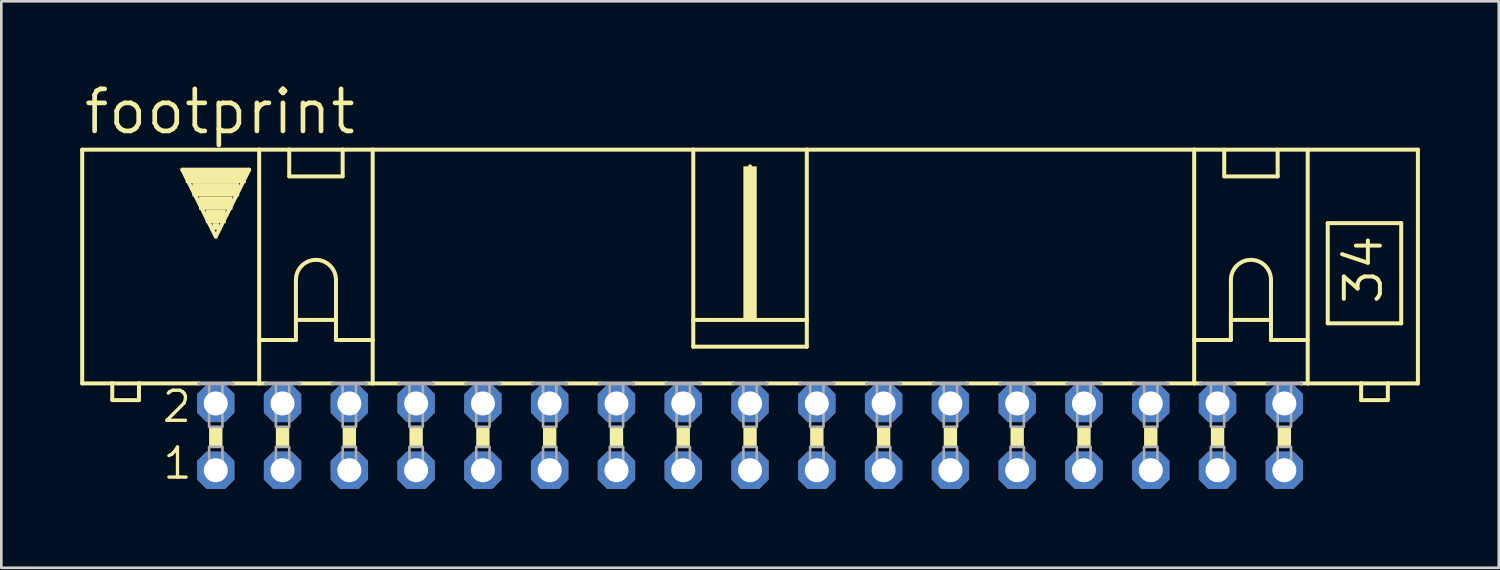
<source format=kicad_pcb>
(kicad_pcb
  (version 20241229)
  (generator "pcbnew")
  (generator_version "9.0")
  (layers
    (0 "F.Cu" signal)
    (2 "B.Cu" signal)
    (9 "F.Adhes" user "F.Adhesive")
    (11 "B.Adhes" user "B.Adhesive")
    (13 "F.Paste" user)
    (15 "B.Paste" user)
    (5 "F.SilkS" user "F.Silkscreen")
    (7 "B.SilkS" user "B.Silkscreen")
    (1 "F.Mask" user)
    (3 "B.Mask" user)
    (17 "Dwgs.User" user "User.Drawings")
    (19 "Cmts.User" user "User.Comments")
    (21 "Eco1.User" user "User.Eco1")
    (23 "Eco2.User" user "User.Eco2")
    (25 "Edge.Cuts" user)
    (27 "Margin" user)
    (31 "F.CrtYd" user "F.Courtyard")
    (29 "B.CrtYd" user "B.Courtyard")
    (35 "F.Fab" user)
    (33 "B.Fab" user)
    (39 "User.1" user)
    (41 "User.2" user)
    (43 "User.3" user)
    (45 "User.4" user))
  (footprint "footprint"
    (layer "F.Cu")
    (at 25.476 13.564)
    (property "Reference" "footprint" (at -25.425 -11.43 0) (layer "F.SilkS") (effects (font (size 1.6 1.6) (thickness 0.178)) (justify left bottom)))
    (fp_line (start -25.4 -2.032) (end -25.4 -10.922) (stroke (width 0.152) (type solid)) (layer "F.SilkS"))
    (fp_line (start -25.4 -2.032) (end -24.257 -2.032) (stroke (width 0.152) (type solid)) (layer "F.SilkS"))
    (fp_line (start -24.257 -2.032) (end -24.257 -1.397) (stroke (width 0.152) (type solid)) (layer "F.SilkS"))
    (fp_line (start -24.257 -2.032) (end -23.241 -2.032) (stroke (width 0.152) (type solid)) (layer "F.SilkS"))
    (fp_line (start -23.241 -2.032) (end -20.955 -2.032) (stroke (width 0.152) (type solid)) (layer "F.SilkS"))
    (fp_line (start -23.241 -1.397) (end -24.257 -1.397) (stroke (width 0.152) (type solid)) (layer "F.SilkS"))
    (fp_line (start -23.241 -1.397) (end -23.241 -2.032) (stroke (width 0.152) (type solid)) (layer "F.SilkS"))
    (fp_line (start -21.59 -10.16) (end -19.05 -10.16) (stroke (width 0.152) (type solid)) (layer "F.SilkS"))
    (fp_line (start -20.32 -7.62) (end -21.59 -10.16) (stroke (width 0.152) (type solid)) (layer "F.SilkS"))
    (fp_line (start -19.685 -2.032) (end -18.669 -2.032) (stroke (width 0.152) (type solid)) (layer "F.SilkS"))
    (fp_line (start -19.05 -10.16) (end -20.32 -7.62) (stroke (width 0.152) (type solid)) (layer "F.SilkS"))
    (fp_line (start -18.669 -10.922) (end -25.4 -10.922) (stroke (width 0.152) (type solid)) (layer "F.SilkS"))
    (fp_line (start -18.669 -10.922) (end -17.526 -10.922) (stroke (width 0.152) (type solid)) (layer "F.SilkS"))
    (fp_line (start -18.669 -3.683) (end -18.669 -10.922) (stroke (width 0.152) (type solid)) (layer "F.SilkS"))
    (fp_line (start -18.669 -3.683) (end -18.669 -2.032) (stroke (width 0.152) (type solid)) (layer "F.SilkS"))
    (fp_line (start -18.669 -3.683) (end -17.272 -3.683) (stroke (width 0.152) (type solid)) (layer "F.SilkS"))
    (fp_line (start -18.669 -2.032) (end -18.415 -2.032) (stroke (width 0.152) (type solid)) (layer "F.SilkS"))
    (fp_line (start -17.526 -10.922) (end -15.494 -10.922) (stroke (width 0.152) (type solid)) (layer "F.SilkS"))
    (fp_line (start -17.526 -9.906) (end -17.526 -10.922) (stroke (width 0.152) (type solid)) (layer "F.SilkS"))
    (fp_line (start -17.526 -9.906) (end -15.494 -9.906) (stroke (width 0.152) (type solid)) (layer "F.SilkS"))
    (fp_line (start -17.272 -5.969) (end -17.272 -4.445) (stroke (width 0.152) (type solid)) (layer "F.SilkS"))
    (fp_line (start -17.272 -4.445) (end -17.272 -3.683) (stroke (width 0.152) (type solid)) (layer "F.SilkS"))
    (fp_line (start -17.272 -4.445) (end -15.748 -4.445) (stroke (width 0.152) (type solid)) (layer "F.SilkS"))
    (fp_line (start -17.145 -2.032) (end -15.875 -2.032) (stroke (width 0.152) (type solid)) (layer "F.SilkS"))
    (fp_line (start -15.748 -5.969) (end -15.748 -4.445) (stroke (width 0.152) (type solid)) (layer "F.SilkS"))
    (fp_line (start -15.748 -4.445) (end -15.748 -3.683) (stroke (width 0.152) (type solid)) (layer "F.SilkS"))
    (fp_line (start -15.748 -3.683) (end -14.351 -3.683) (stroke (width 0.152) (type solid)) (layer "F.SilkS"))
    (fp_line (start -15.494 -10.922) (end -15.494 -9.906) (stroke (width 0.152) (type solid)) (layer "F.SilkS"))
    (fp_line (start -15.494 -10.922) (end -14.351 -10.922) (stroke (width 0.152) (type solid)) (layer "F.SilkS"))
    (fp_line (start -14.351 -10.922) (end -2.159 -10.922) (stroke (width 0.152) (type solid)) (layer "F.SilkS"))
    (fp_line (start -14.351 -3.683) (end -14.351 -10.922) (stroke (width 0.152) (type solid)) (layer "F.SilkS"))
    (fp_line (start -14.351 -3.683) (end -14.351 -2.032) (stroke (width 0.152) (type solid)) (layer "F.SilkS"))
    (fp_line (start -14.351 -2.032) (end -14.605 -2.032) (stroke (width 0.152) (type solid)) (layer "F.SilkS"))
    (fp_line (start -14.351 -2.032) (end -13.335 -2.032) (stroke (width 0.152) (type solid)) (layer "F.SilkS"))
    (fp_line (start -12.065 -2.032) (end -10.795 -2.032) (stroke (width 0.152) (type solid)) (layer "F.SilkS"))
    (fp_line (start -9.525 -2.032) (end -8.255 -2.032) (stroke (width 0.152) (type solid)) (layer "F.SilkS"))
    (fp_line (start -6.985 -2.032) (end -5.715 -2.032) (stroke (width 0.152) (type solid)) (layer "F.SilkS"))
    (fp_line (start -4.445 -2.032) (end -3.175 -2.032) (stroke (width 0.152) (type solid)) (layer "F.SilkS"))
    (fp_line (start -2.159 -10.922) (end -2.159 -4.445) (stroke (width 0.152) (type solid)) (layer "F.SilkS"))
    (fp_line (start -2.159 -10.922) (end 2.159 -10.922) (stroke (width 0.152) (type solid)) (layer "F.SilkS"))
    (fp_line (start -2.159 -4.445) (end -2.159 -3.429) (stroke (width 0.152) (type solid)) (layer "F.SilkS"))
    (fp_line (start -1.905 -2.032) (end -0.635 -2.032) (stroke (width 0.152) (type solid)) (layer "F.SilkS"))
    (fp_line (start 0 -10.033) (end 0 -10.287) (stroke (width 0.152) (type solid)) (layer "F.SilkS"))
    (fp_line (start 0.635 -2.032) (end 1.905 -2.032) (stroke (width 0.152) (type solid)) (layer "F.SilkS"))
    (fp_line (start 2.159 -10.922) (end 2.159 -4.445) (stroke (width 0.152) (type solid)) (layer "F.SilkS"))
    (fp_line (start 2.159 -10.922) (end 16.891 -10.922) (stroke (width 0.152) (type solid)) (layer "F.SilkS"))
    (fp_line (start 2.159 -4.445) (end -2.159 -4.445) (stroke (width 0.152) (type solid)) (layer "F.SilkS"))
    (fp_line (start 2.159 -4.445) (end 2.159 -3.429) (stroke (width 0.152) (type solid)) (layer "F.SilkS"))
    (fp_line (start 2.159 -3.429) (end -2.159 -3.429) (stroke (width 0.152) (type solid)) (layer "F.SilkS"))
    (fp_line (start 3.175 -2.032) (end 4.445 -2.032) (stroke (width 0.152) (type solid)) (layer "F.SilkS"))
    (fp_line (start 5.715 -2.032) (end 6.985 -2.032) (stroke (width 0.152) (type solid)) (layer "F.SilkS"))
    (fp_line (start 8.255 -2.032) (end 9.525 -2.032) (stroke (width 0.152) (type solid)) (layer "F.SilkS"))
    (fp_line (start 10.795 -2.032) (end 12.065 -2.032) (stroke (width 0.152) (type solid)) (layer "F.SilkS"))
    (fp_line (start 13.335 -2.032) (end 14.605 -2.032) (stroke (width 0.152) (type solid)) (layer "F.SilkS"))
    (fp_line (start 15.875 -2.032) (end 16.891 -2.032) (stroke (width 0.152) (type solid)) (layer "F.SilkS"))
    (fp_line (start 16.891 -10.922) (end 25.4 -10.922) (stroke (width 0.152) (type solid)) (layer "F.SilkS"))
    (fp_line (start 16.891 -3.683) (end 16.891 -10.922) (stroke (width 0.152) (type solid)) (layer "F.SilkS"))
    (fp_line (start 16.891 -3.683) (end 16.891 -2.032) (stroke (width 0.152) (type solid)) (layer "F.SilkS"))
    (fp_line (start 16.891 -3.683) (end 18.288 -3.683) (stroke (width 0.152) (type solid)) (layer "F.SilkS"))
    (fp_line (start 16.891 -2.032) (end 17.145 -2.032) (stroke (width 0.152) (type solid)) (layer "F.SilkS"))
    (fp_line (start 18.034 -9.906) (end 18.034 -10.922) (stroke (width 0.152) (type solid)) (layer "F.SilkS"))
    (fp_line (start 18.034 -9.906) (end 20.066 -9.906) (stroke (width 0.152) (type solid)) (layer "F.SilkS"))
    (fp_line (start 18.288 -5.969) (end 18.288 -4.445) (stroke (width 0.152) (type solid)) (layer "F.SilkS"))
    (fp_line (start 18.288 -4.445) (end 18.288 -3.683) (stroke (width 0.152) (type solid)) (layer "F.SilkS"))
    (fp_line (start 18.288 -4.445) (end 19.812 -4.445) (stroke (width 0.152) (type solid)) (layer "F.SilkS"))
    (fp_line (start 18.415 -2.032) (end 19.685 -2.032) (stroke (width 0.152) (type solid)) (layer "F.SilkS"))
    (fp_line (start 19.812 -5.969) (end 19.812 -4.445) (stroke (width 0.152) (type solid)) (layer "F.SilkS"))
    (fp_line (start 19.812 -4.445) (end 19.812 -3.683) (stroke (width 0.152) (type solid)) (layer "F.SilkS"))
    (fp_line (start 19.812 -3.683) (end 21.209 -3.683) (stroke (width 0.152) (type solid)) (layer "F.SilkS"))
    (fp_line (start 20.066 -10.922) (end 20.066 -9.906) (stroke (width 0.152) (type solid)) (layer "F.SilkS"))
    (fp_line (start 21.209 -3.683) (end 21.209 -10.922) (stroke (width 0.152) (type solid)) (layer "F.SilkS"))
    (fp_line (start 21.209 -3.683) (end 21.209 -2.032) (stroke (width 0.152) (type solid)) (layer "F.SilkS"))
    (fp_line (start 21.209 -2.032) (end 20.955 -2.032) (stroke (width 0.152) (type solid)) (layer "F.SilkS"))
    (fp_line (start 21.971 -8.128) (end 21.971 -4.318) (stroke (width 0.152) (type solid)) (layer "F.SilkS"))
    (fp_line (start 21.971 -8.128) (end 24.765 -8.128) (stroke (width 0.152) (type solid)) (layer "F.SilkS"))
    (fp_line (start 21.971 -4.318) (end 24.765 -4.318) (stroke (width 0.152) (type solid)) (layer "F.SilkS"))
    (fp_line (start 23.241 -2.032) (end 21.209 -2.032) (stroke (width 0.152) (type solid)) (layer "F.SilkS"))
    (fp_line (start 23.241 -2.032) (end 23.241 -1.397) (stroke (width 0.152) (type solid)) (layer "F.SilkS"))
    (fp_line (start 24.257 -2.032) (end 23.241 -2.032) (stroke (width 0.152) (type solid)) (layer "F.SilkS"))
    (fp_line (start 24.257 -1.397) (end 23.241 -1.397) (stroke (width 0.152) (type solid)) (layer "F.SilkS"))
    (fp_line (start 24.257 -1.397) (end 24.257 -2.032) (stroke (width 0.152) (type solid)) (layer "F.SilkS"))
    (fp_line (start 24.765 -4.318) (end 24.765 -8.128) (stroke (width 0.152) (type solid)) (layer "F.SilkS"))
    (fp_line (start 25.4 -2.032) (end 24.257 -2.032) (stroke (width 0.152) (type solid)) (layer "F.SilkS"))
    (fp_line (start 25.4 -2.032) (end 25.4 -10.922) (stroke (width 0.152) (type solid)) (layer "F.SilkS"))
    (fp_arc (start -17.272 -5.969) (mid -16.51 -6.731) (end -15.748 -5.969) (stroke (width 0.1524) (type solid)) (layer "F.SilkS"))
    (fp_arc (start 18.288 -5.969) (mid 19.05 -6.731) (end 19.812 -5.969) (stroke (width 0.1524) (type solid)) (layer "F.SilkS"))
    (fp_poly (pts (xy -21.463 -9.652) (xy -19.177 -9.652) (xy -19.177 -10.16) (xy -21.463 -10.16)) (stroke (width 0) (type solid)) (fill yes) (layer "F.SilkS"))
    (fp_poly (pts (xy -21.209 -9.144) (xy -19.431 -9.144) (xy -19.431 -9.652) (xy -21.209 -9.652)) (stroke (width 0) (type solid)) (fill yes) (layer "F.SilkS"))
    (fp_poly (pts (xy -20.955 -8.636) (xy -19.685 -8.636) (xy -19.685 -9.144) (xy -20.955 -9.144)) (stroke (width 0) (type solid)) (fill yes) (layer "F.SilkS"))
    (fp_poly (pts (xy -20.701 -8.128) (xy -19.939 -8.128) (xy -19.939 -8.636) (xy -20.701 -8.636)) (stroke (width 0) (type solid)) (fill yes) (layer "F.SilkS"))
    (fp_poly (pts (xy -20.574 0.381) (xy -20.066 0.381) (xy -20.066 -0.381) (xy -20.574 -0.381)) (stroke (width 0) (type solid)) (fill yes) (layer "F.SilkS"))
    (fp_poly (pts (xy -20.447 -7.874) (xy -20.193 -7.874) (xy -20.193 -8.128) (xy -20.447 -8.128)) (stroke (width 0) (type solid)) (fill yes) (layer "F.SilkS"))
    (fp_poly (pts (xy -18.034 0.381) (xy -17.526 0.381) (xy -17.526 -0.381) (xy -18.034 -0.381)) (stroke (width 0) (type solid)) (fill yes) (layer "F.SilkS"))
    (fp_poly (pts (xy -15.494 0.381) (xy -14.986 0.381) (xy -14.986 -0.381) (xy -15.494 -0.381)) (stroke (width 0) (type solid)) (fill yes) (layer "F.SilkS"))
    (fp_poly (pts (xy -12.954 0.381) (xy -12.446 0.381) (xy -12.446 -0.381) (xy -12.954 -0.381)) (stroke (width 0) (type solid)) (fill yes) (layer "F.SilkS"))
    (fp_poly (pts (xy -10.414 0.381) (xy -9.906 0.381) (xy -9.906 -0.381) (xy -10.414 -0.381)) (stroke (width 0) (type solid)) (fill yes) (layer "F.SilkS"))
    (fp_poly (pts (xy -7.874 0.381) (xy -7.366 0.381) (xy -7.366 -0.381) (xy -7.874 -0.381)) (stroke (width 0) (type solid)) (fill yes) (layer "F.SilkS"))
    (fp_poly (pts (xy -5.334 0.381) (xy -4.826 0.381) (xy -4.826 -0.381) (xy -5.334 -0.381)) (stroke (width 0) (type solid)) (fill yes) (layer "F.SilkS"))
    (fp_poly (pts (xy -2.794 0.381) (xy -2.286 0.381) (xy -2.286 -0.381) (xy -2.794 -0.381)) (stroke (width 0) (type solid)) (fill yes) (layer "F.SilkS"))
    (fp_poly (pts (xy -0.254 -4.445) (xy 0.254 -4.445) (xy 0.254 -10.287) (xy -0.254 -10.287)) (stroke (width 0) (type solid)) (fill yes) (layer "F.SilkS"))
    (fp_poly (pts (xy -0.254 0.381) (xy 0.254 0.381) (xy 0.254 -0.381) (xy -0.254 -0.381)) (stroke (width 0) (type solid)) (fill yes) (layer "F.SilkS"))
    (fp_poly (pts (xy 2.286 0.381) (xy 2.794 0.381) (xy 2.794 -0.381) (xy 2.286 -0.381)) (stroke (width 0) (type solid)) (fill yes) (layer "F.SilkS"))
    (fp_poly (pts (xy 4.826 0.381) (xy 5.334 0.381) (xy 5.334 -0.381) (xy 4.826 -0.381)) (stroke (width 0) (type solid)) (fill yes) (layer "F.SilkS"))
    (fp_poly (pts (xy 7.366 0.381) (xy 7.874 0.381) (xy 7.874 -0.381) (xy 7.366 -0.381)) (stroke (width 0) (type solid)) (fill yes) (layer "F.SilkS"))
    (fp_poly (pts (xy 9.906 0.381) (xy 10.414 0.381) (xy 10.414 -0.381) (xy 9.906 -0.381)) (stroke (width 0) (type solid)) (fill yes) (layer "F.SilkS"))
    (fp_poly (pts (xy 12.446 0.381) (xy 12.954 0.381) (xy 12.954 -0.381) (xy 12.446 -0.381)) (stroke (width 0) (type solid)) (fill yes) (layer "F.SilkS"))
    (fp_poly (pts (xy 14.986 0.381) (xy 15.494 0.381) (xy 15.494 -0.381) (xy 14.986 -0.381)) (stroke (width 0) (type solid)) (fill yes) (layer "F.SilkS"))
    (fp_poly (pts (xy 17.526 0.381) (xy 18.034 0.381) (xy 18.034 -0.381) (xy 17.526 -0.381)) (stroke (width 0) (type solid)) (fill yes) (layer "F.SilkS"))
    (fp_poly (pts (xy 20.066 0.381) (xy 20.574 0.381) (xy 20.574 -0.381) (xy 20.066 -0.381)) (stroke (width 0) (type solid)) (fill yes) (layer "F.SilkS"))
    (fp_line (start -20.955 -2.032) (end -19.685 -2.032) (stroke (width 0.152) (type solid)) (layer "F.Fab"))
    (fp_line (start -18.415 -2.032) (end -17.145 -2.032) (stroke (width 0.152) (type solid)) (layer "F.Fab"))
    (fp_line (start -15.875 -2.032) (end -14.605 -2.032) (stroke (width 0.152) (type solid)) (layer "F.Fab"))
    (fp_line (start -13.335 -2.032) (end -12.065 -2.032) (stroke (width 0.152) (type solid)) (layer "F.Fab"))
    (fp_line (start -10.795 -2.032) (end -9.525 -2.032) (stroke (width 0.152) (type solid)) (layer "F.Fab"))
    (fp_line (start -8.255 -2.032) (end -6.985 -2.032) (stroke (width 0.152) (type solid)) (layer "F.Fab"))
    (fp_line (start -5.715 -2.032) (end -4.445 -2.032) (stroke (width 0.152) (type solid)) (layer "F.Fab"))
    (fp_line (start -3.175 -2.032) (end -1.905 -2.032) (stroke (width 0.152) (type solid)) (layer "F.Fab"))
    (fp_line (start -0.635 -2.032) (end 0.635 -2.032) (stroke (width 0.152) (type solid)) (layer "F.Fab"))
    (fp_line (start 1.905 -2.032) (end 3.175 -2.032) (stroke (width 0.152) (type solid)) (layer "F.Fab"))
    (fp_line (start 4.445 -2.032) (end 5.715 -2.032) (stroke (width 0.152) (type solid)) (layer "F.Fab"))
    (fp_line (start 6.985 -2.032) (end 8.255 -2.032) (stroke (width 0.152) (type solid)) (layer "F.Fab"))
    (fp_line (start 9.525 -2.032) (end 10.795 -2.032) (stroke (width 0.152) (type solid)) (layer "F.Fab"))
    (fp_line (start 12.065 -2.032) (end 13.335 -2.032) (stroke (width 0.152) (type solid)) (layer "F.Fab"))
    (fp_line (start 15.875 -2.032) (end 14.605 -2.032) (stroke (width 0.152) (type solid)) (layer "F.Fab"))
    (fp_line (start 18.415 -2.032) (end 17.145 -2.032) (stroke (width 0.152) (type solid)) (layer "F.Fab"))
    (fp_line (start 20.955 -2.032) (end 19.685 -2.032) (stroke (width 0.152) (type solid)) (layer "F.Fab"))
    (fp_poly (pts (xy -20.574 -0.381) (xy -20.066 -0.381) (xy -20.066 -2.032) (xy -20.574 -2.032)) (stroke (width 0.1) (type solid)) (fill no) (layer "F.Fab"))
    (fp_poly (pts (xy -20.574 1.524) (xy -20.066 1.524) (xy -20.066 0.381) (xy -20.574 0.381)) (stroke (width 0.1) (type solid)) (fill no) (layer "F.Fab"))
    (fp_poly (pts (xy -18.034 -0.381) (xy -17.526 -0.381) (xy -17.526 -2.032) (xy -18.034 -2.032)) (stroke (width 0.1) (type solid)) (fill no) (layer "F.Fab"))
    (fp_poly (pts (xy -18.034 1.524) (xy -17.526 1.524) (xy -17.526 0.381) (xy -18.034 0.381)) (stroke (width 0.1) (type solid)) (fill no) (layer "F.Fab"))
    (fp_poly (pts (xy -15.494 -0.381) (xy -14.986 -0.381) (xy -14.986 -2.032) (xy -15.494 -2.032)) (stroke (width 0.1) (type solid)) (fill no) (layer "F.Fab"))
    (fp_poly (pts (xy -15.494 1.524) (xy -14.986 1.524) (xy -14.986 0.381) (xy -15.494 0.381)) (stroke (width 0.1) (type solid)) (fill no) (layer "F.Fab"))
    (fp_poly (pts (xy -12.954 -0.381) (xy -12.446 -0.381) (xy -12.446 -2.032) (xy -12.954 -2.032)) (stroke (width 0.1) (type solid)) (fill no) (layer "F.Fab"))
    (fp_poly (pts (xy -12.954 1.524) (xy -12.446 1.524) (xy -12.446 0.381) (xy -12.954 0.381)) (stroke (width 0.1) (type solid)) (fill no) (layer "F.Fab"))
    (fp_poly (pts (xy -10.414 -0.381) (xy -9.906 -0.381) (xy -9.906 -2.032) (xy -10.414 -2.032)) (stroke (width 0.1) (type solid)) (fill no) (layer "F.Fab"))
    (fp_poly (pts (xy -10.414 1.524) (xy -9.906 1.524) (xy -9.906 0.381) (xy -10.414 0.381)) (stroke (width 0.1) (type solid)) (fill no) (layer "F.Fab"))
    (fp_poly (pts (xy -7.874 -0.381) (xy -7.366 -0.381) (xy -7.366 -2.032) (xy -7.874 -2.032)) (stroke (width 0.1) (type solid)) (fill no) (layer "F.Fab"))
    (fp_poly (pts (xy -7.874 1.524) (xy -7.366 1.524) (xy -7.366 0.381) (xy -7.874 0.381)) (stroke (width 0.1) (type solid)) (fill no) (layer "F.Fab"))
    (fp_poly (pts (xy -5.334 -0.381) (xy -4.826 -0.381) (xy -4.826 -2.032) (xy -5.334 -2.032)) (stroke (width 0.1) (type solid)) (fill no) (layer "F.Fab"))
    (fp_poly (pts (xy -5.334 1.524) (xy -4.826 1.524) (xy -4.826 0.381) (xy -5.334 0.381)) (stroke (width 0.1) (type solid)) (fill no) (layer "F.Fab"))
    (fp_poly (pts (xy -2.794 -0.381) (xy -2.286 -0.381) (xy -2.286 -2.032) (xy -2.794 -2.032)) (stroke (width 0.1) (type solid)) (fill no) (layer "F.Fab"))
    (fp_poly (pts (xy -2.794 1.524) (xy -2.286 1.524) (xy -2.286 0.381) (xy -2.794 0.381)) (stroke (width 0.1) (type solid)) (fill no) (layer "F.Fab"))
    (fp_poly (pts (xy -0.254 -0.381) (xy 0.254 -0.381) (xy 0.254 -2.032) (xy -0.254 -2.032)) (stroke (width 0.1) (type solid)) (fill no) (layer "F.Fab"))
    (fp_poly (pts (xy -0.254 1.524) (xy 0.254 1.524) (xy 0.254 0.381) (xy -0.254 0.381)) (stroke (width 0.1) (type solid)) (fill no) (layer "F.Fab"))
    (fp_poly (pts (xy 2.286 -0.381) (xy 2.794 -0.381) (xy 2.794 -2.032) (xy 2.286 -2.032)) (stroke (width 0.1) (type solid)) (fill no) (layer "F.Fab"))
    (fp_poly (pts (xy 2.286 1.524) (xy 2.794 1.524) (xy 2.794 0.381) (xy 2.286 0.381)) (stroke (width 0.1) (type solid)) (fill no) (layer "F.Fab"))
    (fp_poly (pts (xy 4.826 -0.381) (xy 5.334 -0.381) (xy 5.334 -2.032) (xy 4.826 -2.032)) (stroke (width 0.1) (type solid)) (fill no) (layer "F.Fab"))
    (fp_poly (pts (xy 4.826 1.524) (xy 5.334 1.524) (xy 5.334 0.381) (xy 4.826 0.381)) (stroke (width 0.1) (type solid)) (fill no) (layer "F.Fab"))
    (fp_poly (pts (xy 7.366 -0.381) (xy 7.874 -0.381) (xy 7.874 -2.032) (xy 7.366 -2.032)) (stroke (width 0.1) (type solid)) (fill no) (layer "F.Fab"))
    (fp_poly (pts (xy 7.366 1.524) (xy 7.874 1.524) (xy 7.874 0.381) (xy 7.366 0.381)) (stroke (width 0.1) (type solid)) (fill no) (layer "F.Fab"))
    (fp_poly (pts (xy 9.906 -0.381) (xy 10.414 -0.381) (xy 10.414 -2.032) (xy 9.906 -2.032)) (stroke (width 0.1) (type solid)) (fill no) (layer "F.Fab"))
    (fp_poly (pts (xy 9.906 1.524) (xy 10.414 1.524) (xy 10.414 0.381) (xy 9.906 0.381)) (stroke (width 0.1) (type solid)) (fill no) (layer "F.Fab"))
    (fp_poly (pts (xy 12.446 -0.381) (xy 12.954 -0.381) (xy 12.954 -2.032) (xy 12.446 -2.032)) (stroke (width 0.1) (type solid)) (fill no) (layer "F.Fab"))
    (fp_poly (pts (xy 12.446 1.524) (xy 12.954 1.524) (xy 12.954 0.381) (xy 12.446 0.381)) (stroke (width 0.1) (type solid)) (fill no) (layer "F.Fab"))
    (fp_poly (pts (xy 14.986 -0.381) (xy 15.494 -0.381) (xy 15.494 -2.032) (xy 14.986 -2.032)) (stroke (width 0.1) (type solid)) (fill no) (layer "F.Fab"))
    (fp_poly (pts (xy 14.986 1.524) (xy 15.494 1.524) (xy 15.494 0.381) (xy 14.986 0.381)) (stroke (width 0.1) (type solid)) (fill no) (layer "F.Fab"))
    (fp_poly (pts (xy 17.526 -0.381) (xy 18.034 -0.381) (xy 18.034 -2.032) (xy 17.526 -2.032)) (stroke (width 0.1) (type solid)) (fill no) (layer "F.Fab"))
    (fp_poly (pts (xy 17.526 1.524) (xy 18.034 1.524) (xy 18.034 0.381) (xy 17.526 0.381)) (stroke (width 0.1) (type solid)) (fill no) (layer "F.Fab"))
    (fp_poly (pts (xy 20.066 -0.381) (xy 20.574 -0.381) (xy 20.574 -2.032) (xy 20.066 -2.032)) (stroke (width 0.1) (type solid)) (fill no) (layer "F.Fab"))
    (fp_poly (pts (xy 20.066 1.524) (xy 20.574 1.524) (xy 20.574 0.381) (xy 20.066 0.381)) (stroke (width 0.1) (type solid)) (fill no) (layer "F.Fab"))
    (fp_text user "34" (at 24.13 -4.953 90) (layer "F.SilkS") (effects (font (size 1.372 1.372) (thickness 0.152)) (justify left bottom)))
    (fp_text user "1" (at -22.403 1.676 0) (layer "F.SilkS") (effects (font (size 1.143 1.143) (thickness 0.127)) (justify left bottom)))
    (fp_text user "2" (at -22.428 -0.483 0) (layer "F.SilkS") (effects (font (size 1.143 1.143) (thickness 0.127)) (justify left bottom)))
    (pad "1" thru_hole roundrect (at -20.32 1.27) (size 1.422 1.422) (drill 0.914) (layers "*.Cu" "*.Mask") (roundrect_rratio 0.25) (chamfer_ratio 0.25) (chamfer top_left top_right bottom_left bottom_right))
    (pad "2" thru_hole roundrect (at -20.32 -1.27) (size 1.422 1.422) (drill 0.914) (layers "*.Cu" "*.Mask") (roundrect_rratio 0.25) (chamfer_ratio 0.25) (chamfer top_left top_right bottom_left bottom_right))
    (pad "3" thru_hole roundrect (at -17.78 1.27) (size 1.422 1.422) (drill 0.914) (layers "*.Cu" "*.Mask") (roundrect_rratio 0.25) (chamfer_ratio 0.25) (chamfer top_left top_right bottom_left bottom_right))
    (pad "4" thru_hole roundrect (at -17.78 -1.27) (size 1.422 1.422) (drill 0.914) (layers "*.Cu" "*.Mask") (roundrect_rratio 0.25) (chamfer_ratio 0.25) (chamfer top_left top_right bottom_left bottom_right))
    (pad "5" thru_hole roundrect (at -15.24 1.27) (size 1.422 1.422) (drill 0.914) (layers "*.Cu" "*.Mask") (roundrect_rratio 0.25) (chamfer_ratio 0.25) (chamfer top_left top_right bottom_left bottom_right))
    (pad "6" thru_hole roundrect (at -15.24 -1.27) (size 1.422 1.422) (drill 0.914) (layers "*.Cu" "*.Mask") (roundrect_rratio 0.25) (chamfer_ratio 0.25) (chamfer top_left top_right bottom_left bottom_right))
    (pad "7" thru_hole roundrect (at -12.7 1.27) (size 1.422 1.422) (drill 0.914) (layers "*.Cu" "*.Mask") (roundrect_rratio 0.25) (chamfer_ratio 0.25) (chamfer top_left top_right bottom_left bottom_right))
    (pad "8" thru_hole roundrect (at -12.7 -1.27) (size 1.422 1.422) (drill 0.914) (layers "*.Cu" "*.Mask") (roundrect_rratio 0.25) (chamfer_ratio 0.25) (chamfer top_left top_right bottom_left bottom_right))
    (pad "9" thru_hole roundrect (at -10.16 1.27) (size 1.422 1.422) (drill 0.914) (layers "*.Cu" "*.Mask") (roundrect_rratio 0.25) (chamfer_ratio 0.25) (chamfer top_left top_right bottom_left bottom_right))
    (pad "10" thru_hole roundrect (at -10.16 -1.27) (size 1.422 1.422) (drill 0.914) (layers "*.Cu" "*.Mask") (roundrect_rratio 0.25) (chamfer_ratio 0.25) (chamfer top_left top_right bottom_left bottom_right))
    (pad "11" thru_hole roundrect (at -7.62 1.27) (size 1.422 1.422) (drill 0.914) (layers "*.Cu" "*.Mask") (roundrect_rratio 0.25) (chamfer_ratio 0.25) (chamfer top_left top_right bottom_left bottom_right))
    (pad "12" thru_hole roundrect (at -7.62 -1.27) (size 1.422 1.422) (drill 0.914) (layers "*.Cu" "*.Mask") (roundrect_rratio 0.25) (chamfer_ratio 0.25) (chamfer top_left top_right bottom_left bottom_right))
    (pad "13" thru_hole roundrect (at -5.08 1.27) (size 1.422 1.422) (drill 0.914) (layers "*.Cu" "*.Mask") (roundrect_rratio 0.25) (chamfer_ratio 0.25) (chamfer top_left top_right bottom_left bottom_right))
    (pad "14" thru_hole roundrect (at -5.08 -1.27) (size 1.422 1.422) (drill 0.914) (layers "*.Cu" "*.Mask") (roundrect_rratio 0.25) (chamfer_ratio 0.25) (chamfer top_left top_right bottom_left bottom_right))
    (pad "15" thru_hole roundrect (at -2.54 1.27) (size 1.422 1.422) (drill 0.914) (layers "*.Cu" "*.Mask") (roundrect_rratio 0.25) (chamfer_ratio 0.25) (chamfer top_left top_right bottom_left bottom_right))
    (pad "16" thru_hole roundrect (at -2.54 -1.27) (size 1.422 1.422) (drill 0.914) (layers "*.Cu" "*.Mask") (roundrect_rratio 0.25) (chamfer_ratio 0.25) (chamfer top_left top_right bottom_left bottom_right))
    (pad "17" thru_hole roundrect (at 0 1.27) (size 1.422 1.422) (drill 0.914) (layers "*.Cu" "*.Mask") (roundrect_rratio 0.25) (chamfer_ratio 0.25) (chamfer top_left top_right bottom_left bottom_right))
    (pad "18" thru_hole roundrect (at 0 -1.27) (size 1.422 1.422) (drill 0.914) (layers "*.Cu" "*.Mask") (roundrect_rratio 0.25) (chamfer_ratio 0.25) (chamfer top_left top_right bottom_left bottom_right))
    (pad "19" thru_hole roundrect (at 2.54 1.27) (size 1.422 1.422) (drill 0.914) (layers "*.Cu" "*.Mask") (roundrect_rratio 0.25) (chamfer_ratio 0.25) (chamfer top_left top_right bottom_left bottom_right))
    (pad "20" thru_hole roundrect (at 2.54 -1.27) (size 1.422 1.422) (drill 0.914) (layers "*.Cu" "*.Mask") (roundrect_rratio 0.25) (chamfer_ratio 0.25) (chamfer top_left top_right bottom_left bottom_right))
    (pad "21" thru_hole roundrect (at 5.08 1.27) (size 1.422 1.422) (drill 0.914) (layers "*.Cu" "*.Mask") (roundrect_rratio 0.25) (chamfer_ratio 0.25) (chamfer top_left top_right bottom_left bottom_right))
    (pad "22" thru_hole roundrect (at 5.08 -1.27) (size 1.422 1.422) (drill 0.914) (layers "*.Cu" "*.Mask") (roundrect_rratio 0.25) (chamfer_ratio 0.25) (chamfer top_left top_right bottom_left bottom_right))
    (pad "23" thru_hole roundrect (at 7.62 1.27) (size 1.422 1.422) (drill 0.914) (layers "*.Cu" "*.Mask") (roundrect_rratio 0.25) (chamfer_ratio 0.25) (chamfer top_left top_right bottom_left bottom_right))
    (pad "24" thru_hole roundrect (at 7.62 -1.27) (size 1.422 1.422) (drill 0.914) (layers "*.Cu" "*.Mask") (roundrect_rratio 0.25) (chamfer_ratio 0.25) (chamfer top_left top_right bottom_left bottom_right))
    (pad "25" thru_hole roundrect (at 10.16 1.27) (size 1.422 1.422) (drill 0.914) (layers "*.Cu" "*.Mask") (roundrect_rratio 0.25) (chamfer_ratio 0.25) (chamfer top_left top_right bottom_left bottom_right))
    (pad "26" thru_hole roundrect (at 10.16 -1.27) (size 1.422 1.422) (drill 0.914) (layers "*.Cu" "*.Mask") (roundrect_rratio 0.25) (chamfer_ratio 0.25) (chamfer top_left top_right bottom_left bottom_right))
    (pad "27" thru_hole roundrect (at 12.7 1.27) (size 1.422 1.422) (drill 0.914) (layers "*.Cu" "*.Mask") (roundrect_rratio 0.25) (chamfer_ratio 0.25) (chamfer top_left top_right bottom_left bottom_right))
    (pad "28" thru_hole roundrect (at 12.7 -1.27) (size 1.422 1.422) (drill 0.914) (layers "*.Cu" "*.Mask") (roundrect_rratio 0.25) (chamfer_ratio 0.25) (chamfer top_left top_right bottom_left bottom_right))
    (pad "29" thru_hole roundrect (at 15.24 1.27) (size 1.422 1.422) (drill 0.914) (layers "*.Cu" "*.Mask") (roundrect_rratio 0.25) (chamfer_ratio 0.25) (chamfer top_left top_right bottom_left bottom_right))
    (pad "30" thru_hole roundrect (at 15.24 -1.27) (size 1.422 1.422) (drill 0.914) (layers "*.Cu" "*.Mask") (roundrect_rratio 0.25) (chamfer_ratio 0.25) (chamfer top_left top_right bottom_left bottom_right))
    (pad "31" thru_hole roundrect (at 17.78 1.27) (size 1.422 1.422) (drill 0.914) (layers "*.Cu" "*.Mask") (roundrect_rratio 0.25) (chamfer_ratio 0.25) (chamfer top_left top_right bottom_left bottom_right))
    (pad "32" thru_hole roundrect (at 17.78 -1.27) (size 1.422 1.422) (drill 0.914) (layers "*.Cu" "*.Mask") (roundrect_rratio 0.25) (chamfer_ratio 0.25) (chamfer top_left top_right bottom_left bottom_right))
    (pad "33" thru_hole roundrect (at 20.32 1.27) (size 1.422 1.422) (drill 0.914) (layers "*.Cu" "*.Mask") (roundrect_rratio 0.25) (chamfer_ratio 0.25) (chamfer top_left top_right bottom_left bottom_right))
    (pad "34" thru_hole roundrect (at 20.32 -1.27) (size 1.422 1.422) (drill 0.914) (layers "*.Cu" "*.Mask") (roundrect_rratio 0.25) (chamfer_ratio 0.25) (chamfer top_left top_right bottom_left bottom_right)))
  (gr_rect
    (start -3 -3)
    (end 53.952 18.545)
    (stroke (width 0.1) (type default))
    (fill no)
    (layer "Edge.Cuts")))
</source>
